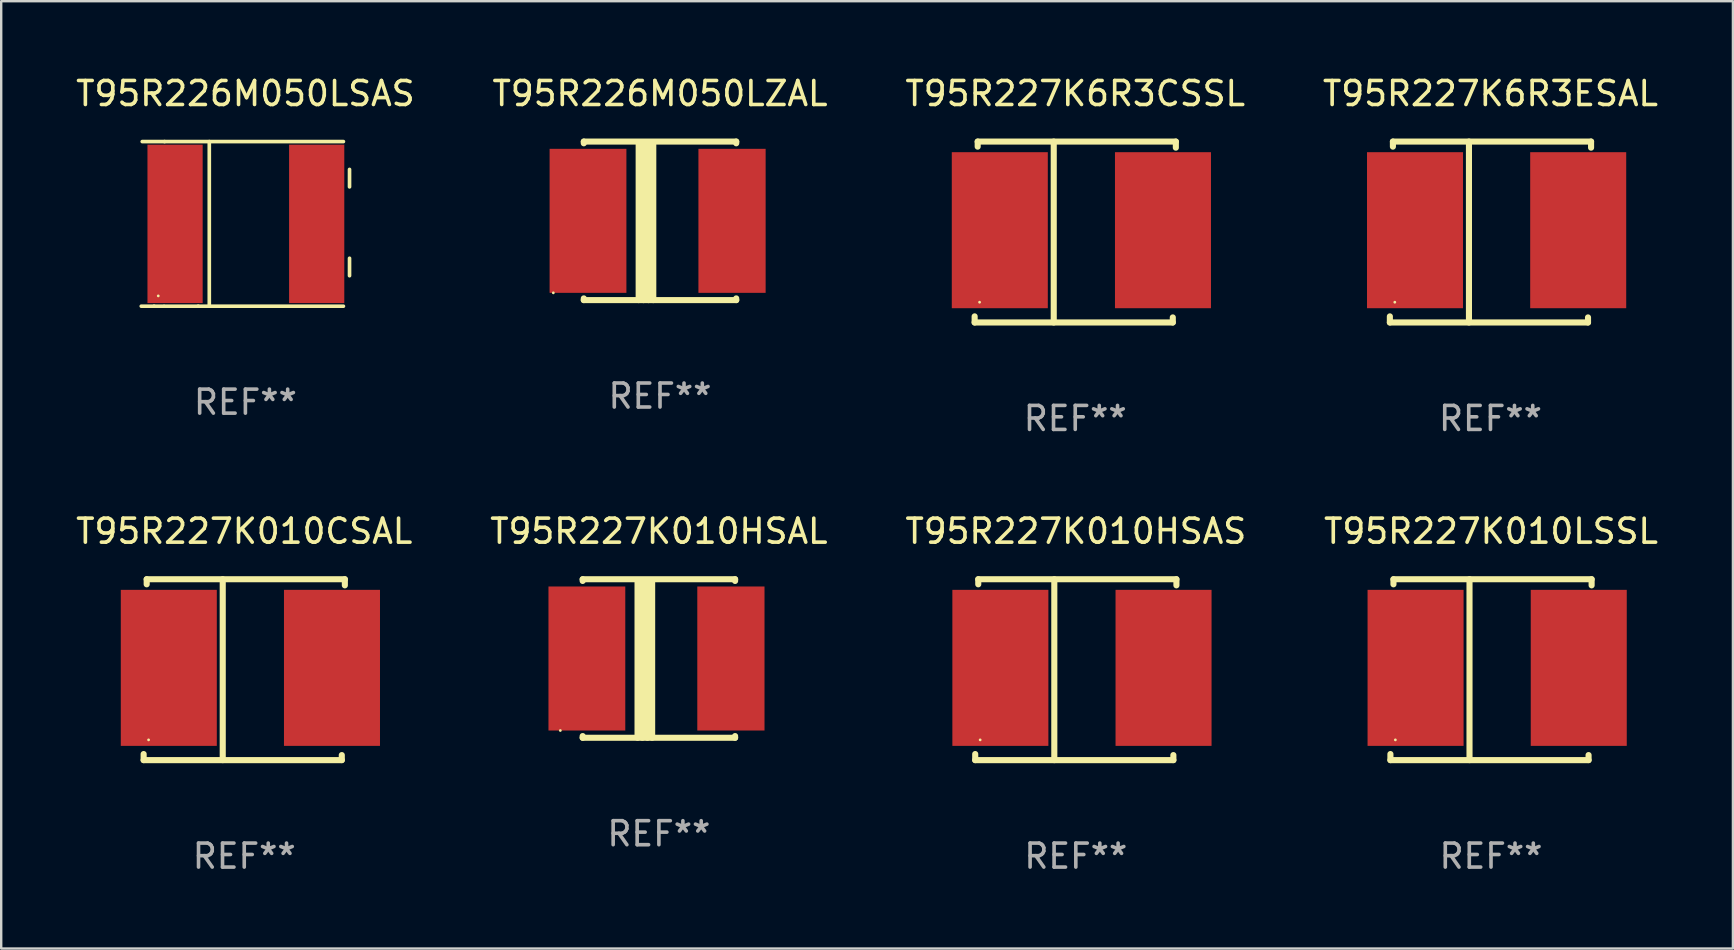
<source format=kicad_pcb>
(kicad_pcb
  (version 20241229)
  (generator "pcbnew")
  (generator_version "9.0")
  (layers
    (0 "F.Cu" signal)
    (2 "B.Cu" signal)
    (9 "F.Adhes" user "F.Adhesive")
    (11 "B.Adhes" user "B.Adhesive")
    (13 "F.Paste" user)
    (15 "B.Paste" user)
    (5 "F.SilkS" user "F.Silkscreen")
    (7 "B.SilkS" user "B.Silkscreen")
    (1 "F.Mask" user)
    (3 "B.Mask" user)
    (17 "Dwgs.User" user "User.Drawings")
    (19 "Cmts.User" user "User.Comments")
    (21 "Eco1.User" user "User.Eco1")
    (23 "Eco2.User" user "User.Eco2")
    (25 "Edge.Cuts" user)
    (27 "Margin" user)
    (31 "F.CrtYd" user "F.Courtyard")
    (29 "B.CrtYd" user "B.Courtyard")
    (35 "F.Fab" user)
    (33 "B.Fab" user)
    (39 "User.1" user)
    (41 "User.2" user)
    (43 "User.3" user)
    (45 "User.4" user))
  (footprint "T95R227K010HSAS"
    (layer "F.Cu")
    (at 41.768 24.849)
    (property "Reference" "T95R227K010HSAS" (at 0 -5.768 0) (layer "F.SilkS") (effects (font (size 1 1) (thickness 0.15))))
    (attr through_hole)
    (fp_line (start -4.191 3.768) (end -4.191 3.514) (stroke (width 0.254) (type solid)) (layer "F.SilkS"))
    (fp_line (start -4.064 -3.768) (end 4.191 -3.768) (stroke (width 0.254) (type solid)) (layer "F.SilkS"))
    (fp_line (start -4.064 -3.557) (end -4.064 -3.768) (stroke (width 0.254) (type solid)) (layer "F.SilkS"))
    (fp_line (start -0.896 -3.768) (end -0.896 3.768) (stroke (width 0.254) (type solid)) (layer "F.SilkS"))
    (fp_line (start 4.064 3.557) (end 4.064 3.768) (stroke (width 0.254) (type solid)) (layer "F.SilkS"))
    (fp_line (start 4.064 3.768) (end -4.191 3.768) (stroke (width 0.254) (type solid)) (layer "F.SilkS"))
    (fp_line (start 4.191 -3.768) (end 4.191 -3.514) (stroke (width 0.254) (type solid)) (layer "F.SilkS"))
    (fp_circle (center -3.985 2.924) (end -3.955 2.924) (stroke (width 0.06) (type solid)) (fill no) (layer "F.SilkS"))
    (fp_text user "REF**" (at 0 7.768 0) (layer "F.Fab") (effects (font (size 1 1) (thickness 0.15))))
    (pad "1" smd rect (at -3.143 -0.076 270) (size 6.5 4) (layers "F.Cu" "F.Mask" "F.Paste"))
    (pad "2" smd rect (at 3.655 -0.076 270) (size 6.5 4) (layers "F.Cu" "F.Mask" "F.Paste")))
  (footprint "T95R226M050LZAL"
    (layer "F.Cu")
    (at 24.446 6.15)
    (property "Reference" "T95R226M050LZAL" (at 0 -5.302 0) (layer "F.SilkS") (effects (font (size 1 1) (thickness 0.15))))
    (attr through_hole)
    (fp_line (start -3.175 -3.231) (end -3.175 -3.302) (stroke (width 0.254) (type solid)) (layer "F.SilkS"))
    (fp_line (start -3.175 3.302) (end -3.175 3.231) (stroke (width 0.254) (type solid)) (layer "F.SilkS"))
    (fp_line (start -3.175 3.302) (end 3.175 3.302) (stroke (width 0.254) (type solid)) (layer "F.SilkS"))
    (fp_line (start -0.889 -3.175) (end -0.889 3.302) (stroke (width 0.254) (type solid)) (layer "F.SilkS"))
    (fp_line (start -0.688 -3.175) (end -0.688 3.302) (stroke (width 0.254) (type solid)) (layer "F.SilkS"))
    (fp_line (start -0.478 -3.175) (end -0.478 3.302) (stroke (width 0.254) (type solid)) (layer "F.SilkS"))
    (fp_line (start -0.281 -3.175) (end -0.281 3.302) (stroke (width 0.254) (type solid)) (layer "F.SilkS"))
    (fp_line (start 3.175 -3.302) (end -3.175 -3.302) (stroke (width 0.254) (type solid)) (layer "F.SilkS"))
    (fp_line (start 3.175 -3.302) (end 3.175 -3.231) (stroke (width 0.254) (type solid)) (layer "F.SilkS"))
    (fp_line (start 3.175 3.231) (end 3.175 3.302) (stroke (width 0.254) (type solid)) (layer "F.SilkS"))
    (fp_circle (center -4.445 3) (end -4.415 3) (stroke (width 0.06) (type solid)) (fill no) (layer "F.SilkS"))
    (fp_text user "REF**" (at 0 7.302 0) (layer "F.Fab") (effects (font (size 1 1) (thickness 0.15))))
    (pad "1" smd rect (at -3 0) (size 3.2 6) (layers "F.Cu" "F.Mask" "F.Paste"))
    (pad "2" smd rect (at 3 0) (size 2.8 6) (layers "F.Cu" "F.Mask" "F.Paste")))
  (footprint "T95R227K6R3CSSL"
    (layer "F.Cu")
    (at 41.744 6.616)
    (property "Reference" "T95R227K6R3CSSL" (at 0 -5.768 0) (layer "F.SilkS") (effects (font (size 1 1) (thickness 0.15))))
    (attr through_hole)
    (fp_line (start -4.191 3.768) (end -4.191 3.514) (stroke (width 0.254) (type solid)) (layer "F.SilkS"))
    (fp_line (start -4.064 -3.768) (end 4.191 -3.768) (stroke (width 0.254) (type solid)) (layer "F.SilkS"))
    (fp_line (start -4.064 -3.557) (end -4.064 -3.768) (stroke (width 0.254) (type solid)) (layer "F.SilkS"))
    (fp_line (start -0.896 -3.768) (end -0.896 3.768) (stroke (width 0.254) (type solid)) (layer "F.SilkS"))
    (fp_line (start 4.064 3.557) (end 4.064 3.768) (stroke (width 0.254) (type solid)) (layer "F.SilkS"))
    (fp_line (start 4.064 3.768) (end -4.191 3.768) (stroke (width 0.254) (type solid)) (layer "F.SilkS"))
    (fp_line (start 4.191 -3.768) (end 4.191 -3.514) (stroke (width 0.254) (type solid)) (layer "F.SilkS"))
    (fp_circle (center -3.985 2.924) (end -3.955 2.924) (stroke (width 0.06) (type solid)) (fill no) (layer "F.SilkS"))
    (fp_text user "REF**" (at 0 7.768 0) (layer "F.Fab") (effects (font (size 1 1) (thickness 0.15))))
    (pad "1" smd rect (at -3.143 -0.076 270) (size 6.5 4) (layers "F.Cu" "F.Mask" "F.Paste"))
    (pad "2" smd rect (at 3.655 -0.076 270) (size 6.5 4) (layers "F.Cu" "F.Mask" "F.Paste")))
  (footprint "T95R227K6R3ESAL"
    (layer "F.Cu")
    (at 59.042 6.616)
    (property "Reference" "T95R227K6R3ESAL" (at 0 -5.768 0) (layer "F.SilkS") (effects (font (size 1 1) (thickness 0.15))))
    (attr through_hole)
    (fp_line (start -4.191 3.768) (end -4.191 3.514) (stroke (width 0.254) (type solid)) (layer "F.SilkS"))
    (fp_line (start -4.064 -3.768) (end 4.191 -3.768) (stroke (width 0.254) (type solid)) (layer "F.SilkS"))
    (fp_line (start -4.064 -3.557) (end -4.064 -3.768) (stroke (width 0.254) (type solid)) (layer "F.SilkS"))
    (fp_line (start -0.896 -3.768) (end -0.896 3.768) (stroke (width 0.254) (type solid)) (layer "F.SilkS"))
    (fp_line (start 4.064 3.557) (end 4.064 3.768) (stroke (width 0.254) (type solid)) (layer "F.SilkS"))
    (fp_line (start 4.064 3.768) (end -4.191 3.768) (stroke (width 0.254) (type solid)) (layer "F.SilkS"))
    (fp_line (start 4.191 -3.768) (end 4.191 -3.514) (stroke (width 0.254) (type solid)) (layer "F.SilkS"))
    (fp_circle (center -3.985 2.924) (end -3.955 2.924) (stroke (width 0.06) (type solid)) (fill no) (layer "F.SilkS"))
    (fp_text user "REF**" (at 0 7.768 0) (layer "F.Fab") (effects (font (size 1 1) (thickness 0.15))))
    (pad "1" smd rect (at -3.143 -0.076 270) (size 6.5 4) (layers "F.Cu" "F.Mask" "F.Paste"))
    (pad "2" smd rect (at 3.655 -0.076 270) (size 6.5 4) (layers "F.Cu" "F.Mask" "F.Paste")))
  (footprint "T95R227K010HSAL"
    (layer "F.Cu")
    (at 24.399 24.383)
    (property "Reference" "T95R227K010HSAL" (at 0 -5.302 0) (layer "F.SilkS") (effects (font (size 1 1) (thickness 0.15))))
    (attr through_hole)
    (fp_line (start -3.175 -3.231) (end -3.175 -3.302) (stroke (width 0.254) (type solid)) (layer "F.SilkS"))
    (fp_line (start -3.175 3.302) (end -3.175 3.231) (stroke (width 0.254) (type solid)) (layer "F.SilkS"))
    (fp_line (start -3.175 3.302) (end 3.175 3.302) (stroke (width 0.254) (type solid)) (layer "F.SilkS"))
    (fp_line (start -0.889 -3.175) (end -0.889 3.302) (stroke (width 0.254) (type solid)) (layer "F.SilkS"))
    (fp_line (start -0.688 -3.175) (end -0.688 3.302) (stroke (width 0.254) (type solid)) (layer "F.SilkS"))
    (fp_line (start -0.478 -3.175) (end -0.478 3.302) (stroke (width 0.254) (type solid)) (layer "F.SilkS"))
    (fp_line (start -0.281 -3.175) (end -0.281 3.302) (stroke (width 0.254) (type solid)) (layer "F.SilkS"))
    (fp_line (start 3.175 -3.302) (end -3.175 -3.302) (stroke (width 0.254) (type solid)) (layer "F.SilkS"))
    (fp_line (start 3.175 -3.302) (end 3.175 -3.231) (stroke (width 0.254) (type solid)) (layer "F.SilkS"))
    (fp_line (start 3.175 3.231) (end 3.175 3.302) (stroke (width 0.254) (type solid)) (layer "F.SilkS"))
    (fp_circle (center -4.106 3) (end -4.076 3) (stroke (width 0.06) (type solid)) (fill no) (layer "F.SilkS"))
    (fp_text user "REF**" (at 0 7.302 0) (layer "F.Fab") (effects (font (size 1 1) (thickness 0.15))))
    (pad "1" smd rect (at -3 -0.000025) (size 3.2 6) (layers "F.Cu" "F.Mask" "F.Paste"))
    (pad "2" smd rect (at 3 -0.000025) (size 2.8 6) (layers "F.Cu" "F.Mask" "F.Paste")))
  (footprint "T95R227K010CSAL"
    (layer "F.Cu")
    (at 7.125 24.849)
    (property "Reference" "T95R227K010CSAL" (at 0 -5.768 0) (layer "F.SilkS") (effects (font (size 1 1) (thickness 0.15))))
    (attr through_hole)
    (fp_line (start -4.191 3.768) (end -4.191 3.514) (stroke (width 0.254) (type solid)) (layer "F.SilkS"))
    (fp_line (start -4.064 -3.768) (end 4.191 -3.768) (stroke (width 0.254) (type solid)) (layer "F.SilkS"))
    (fp_line (start -4.064 -3.557) (end -4.064 -3.768) (stroke (width 0.254) (type solid)) (layer "F.SilkS"))
    (fp_line (start -0.896 -3.768) (end -0.896 3.768) (stroke (width 0.254) (type solid)) (layer "F.SilkS"))
    (fp_line (start 4.064 3.557) (end 4.064 3.768) (stroke (width 0.254) (type solid)) (layer "F.SilkS"))
    (fp_line (start 4.064 3.768) (end -4.191 3.768) (stroke (width 0.254) (type solid)) (layer "F.SilkS"))
    (fp_line (start 4.191 -3.768) (end 4.191 -3.514) (stroke (width 0.254) (type solid)) (layer "F.SilkS"))
    (fp_circle (center -3.985 2.924) (end -3.955 2.924) (stroke (width 0.06) (type solid)) (fill no) (layer "F.SilkS"))
    (fp_text user "REF**" (at 0 7.768 0) (layer "F.Fab") (effects (font (size 1 1) (thickness 0.15))))
    (pad "1" smd rect (at -3.143 -0.076 270) (size 6.5 4) (layers "F.Cu" "F.Mask" "F.Paste"))
    (pad "2" smd rect (at 3.655 -0.076 270) (size 6.5 4) (layers "F.Cu" "F.Mask" "F.Paste")))
  (footprint "T95R226M050LSAS"
    (layer "F.Cu")
    (at 7.173 6.277)
    (property "Reference" "T95R226M050LSAS" (at 0 -5.429 0) (layer "F.SilkS") (effects (font (size 1 1) (thickness 0.15))))
    (attr through_hole)
    (fp_line (start -3.805 3.429) (end -4.338 3.429) (stroke (width 0.152) (type solid)) (layer "F.SilkS"))
    (fp_line (start -3.409 3.429) (end -3.805 3.429) (stroke (width 0.152) (type solid)) (layer "F.SilkS"))
    (fp_line (start -3.368 -3.429) (end -4.298 -3.429) (stroke (width 0.152) (type solid)) (layer "F.SilkS"))
    (fp_line (start -1.966 3.429) (end -3.368 3.429) (stroke (width 0.152) (type solid)) (layer "F.SilkS"))
    (fp_line (start -1.504 -3.429) (end -1.504 3.429) (stroke (width 0.152) (type solid)) (layer "F.SilkS"))
    (fp_line (start 4.084 -3.429) (end -3.368 -3.429) (stroke (width 0.152) (type solid)) (layer "F.SilkS"))
    (fp_line (start 4.084 3.429) (end -1.966 3.429) (stroke (width 0.152) (type solid)) (layer "F.SilkS"))
    (fp_line (start 4.338 -2.269) (end 4.338 -1.542) (stroke (width 0.152) (type solid)) (layer "F.SilkS"))
    (fp_line (start 4.338 2.159) (end 4.338 1.432) (stroke (width 0.152) (type solid)) (layer "F.SilkS"))
    (fp_circle (center -3.63 3) (end -3.6 3) (stroke (width 0.06) (type solid)) (fill no) (layer "F.SilkS"))
    (fp_text user "REF**" (at 0 7.429 0) (layer "F.Fab") (effects (font (size 1 1) (thickness 0.15))))
    (pad "1" smd rect (at -2.93 -0.000013) (size 2.3 6.6) (layers "F.Cu" "F.Mask" "F.Paste"))
    (pad "2" smd rect (at 2.97 -0.000013) (size 2.3 6.6) (layers "F.Cu" "F.Mask" "F.Paste")))
  (footprint "T95R227K010LSSL"
    (layer "F.Cu")
    (at 59.065 24.849)
    (property "Reference" "T95R227K010LSSL" (at 0 -5.768 0) (layer "F.SilkS") (effects (font (size 1 1) (thickness 0.15))))
    (attr through_hole)
    (fp_line (start -4.191 3.768) (end -4.191 3.514) (stroke (width 0.254) (type solid)) (layer "F.SilkS"))
    (fp_line (start -4.064 -3.768) (end 4.191 -3.768) (stroke (width 0.254) (type solid)) (layer "F.SilkS"))
    (fp_line (start -4.064 -3.557) (end -4.064 -3.768) (stroke (width 0.254) (type solid)) (layer "F.SilkS"))
    (fp_line (start -0.896 -3.768) (end -0.896 3.768) (stroke (width 0.254) (type solid)) (layer "F.SilkS"))
    (fp_line (start 4.064 3.557) (end 4.064 3.768) (stroke (width 0.254) (type solid)) (layer "F.SilkS"))
    (fp_line (start 4.064 3.768) (end -4.191 3.768) (stroke (width 0.254) (type solid)) (layer "F.SilkS"))
    (fp_line (start 4.191 -3.768) (end 4.191 -3.514) (stroke (width 0.254) (type solid)) (layer "F.SilkS"))
    (fp_circle (center -3.985 2.924) (end -3.955 2.924) (stroke (width 0.06) (type solid)) (fill no) (layer "F.SilkS"))
    (fp_text user "REF**" (at 0 7.768 0) (layer "F.Fab") (effects (font (size 1 1) (thickness 0.15))))
    (pad "1" smd rect (at -3.143 -0.076 270) (size 6.5 4) (layers "F.Cu" "F.Mask" "F.Paste"))
    (pad "2" smd rect (at 3.655 -0.076 270) (size 6.5 4) (layers "F.Cu" "F.Mask" "F.Paste")))
  (gr_rect
    (start -3 -3)
    (end 69.143 36.465)
    (stroke (width 0.1) (type default))
    (fill no)
    (layer "Edge.Cuts")))
</source>
